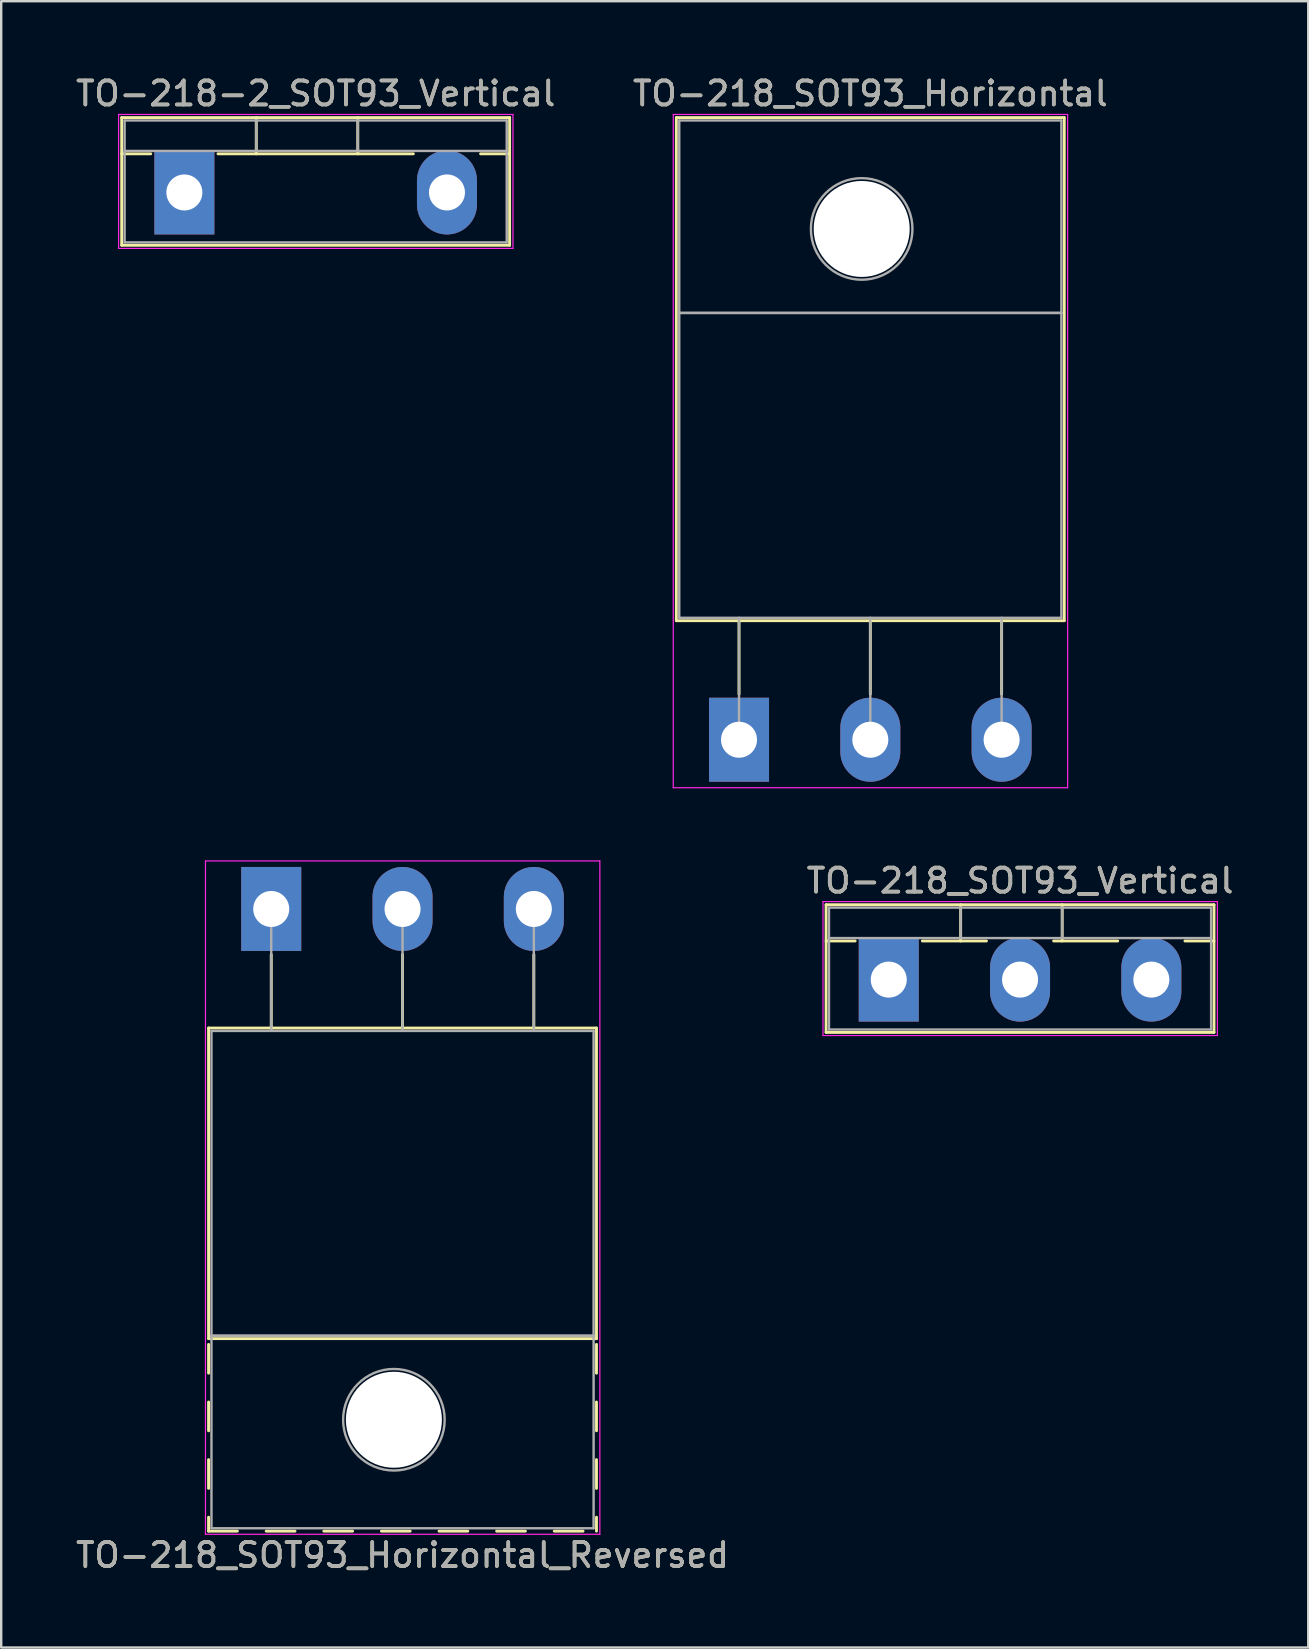
<source format=kicad_pcb>
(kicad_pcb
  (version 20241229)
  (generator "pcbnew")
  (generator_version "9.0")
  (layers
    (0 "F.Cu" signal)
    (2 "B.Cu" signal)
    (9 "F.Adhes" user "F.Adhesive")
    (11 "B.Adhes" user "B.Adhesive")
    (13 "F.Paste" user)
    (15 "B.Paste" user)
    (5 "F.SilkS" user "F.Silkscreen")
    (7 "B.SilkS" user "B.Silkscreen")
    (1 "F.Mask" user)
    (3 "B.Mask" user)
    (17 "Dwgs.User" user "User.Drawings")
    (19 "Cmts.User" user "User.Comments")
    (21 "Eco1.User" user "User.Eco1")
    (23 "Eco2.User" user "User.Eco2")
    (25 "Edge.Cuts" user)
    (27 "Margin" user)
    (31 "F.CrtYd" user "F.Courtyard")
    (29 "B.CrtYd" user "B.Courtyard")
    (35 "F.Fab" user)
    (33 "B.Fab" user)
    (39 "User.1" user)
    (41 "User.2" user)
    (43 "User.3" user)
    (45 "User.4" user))
  (footprint "TO-218_SOT93_Horizontal"
    (layer "F.Cu")
    (at 27.738 27.768)
    (property "Reference" "TO-218_SOT93_Horizontal" (at 5.47 -26.92 0) (layer "F.SilkS") (effects (font (size 1 1) (thickness 0.15))))
    (attr through_hole)
    (fp_line (start -2.611 -25.92) (end -2.611 -4.96) (stroke (width 0.12) (type solid)) (layer "F.SilkS"))
    (fp_line (start -2.611 -25.92) (end 13.55 -25.92) (stroke (width 0.12) (type solid)) (layer "F.SilkS"))
    (fp_line (start -2.611 -4.96) (end 13.55 -4.96) (stroke (width 0.12) (type solid)) (layer "F.SilkS"))
    (fp_line (start 0 -4.96) (end 0 -1.9) (stroke (width 0.12) (type solid)) (layer "F.SilkS"))
    (fp_line (start 5.47 -4.96) (end 5.47 -1.9) (stroke (width 0.12) (type solid)) (layer "F.SilkS"))
    (fp_line (start 10.94 -4.96) (end 10.94 -1.9) (stroke (width 0.12) (type solid)) (layer "F.SilkS"))
    (fp_line (start 13.55 -25.92) (end 13.55 -4.96) (stroke (width 0.12) (type solid)) (layer "F.SilkS"))
    (fp_line (start -2.74 -26.05) (end -2.74 2) (stroke (width 0.05) (type solid)) (layer "F.CrtYd"))
    (fp_line (start -2.74 2) (end 13.69 2) (stroke (width 0.05) (type solid)) (layer "F.CrtYd"))
    (fp_line (start 13.69 -26.05) (end -2.74 -26.05) (stroke (width 0.05) (type solid)) (layer "F.CrtYd"))
    (fp_line (start 13.69 2) (end 13.69 -26.05) (stroke (width 0.05) (type solid)) (layer "F.CrtYd"))
    (fp_line (start -2.49 -25.8) (end 13.43 -25.8) (stroke (width 0.1) (type solid)) (layer "F.Fab"))
    (fp_line (start -2.49 -17.78) (end -2.49 -25.8) (stroke (width 0.1) (type solid)) (layer "F.Fab"))
    (fp_line (start -2.49 -17.78) (end 13.43 -17.78) (stroke (width 0.1) (type solid)) (layer "F.Fab"))
    (fp_line (start -2.49 -5.08) (end -2.49 -17.78) (stroke (width 0.1) (type solid)) (layer "F.Fab"))
    (fp_line (start 0 -5.08) (end 0 0) (stroke (width 0.1) (type solid)) (layer "F.Fab"))
    (fp_line (start 5.47 -5.08) (end 5.47 0) (stroke (width 0.1) (type solid)) (layer "F.Fab"))
    (fp_line (start 10.94 -5.08) (end 10.94 0) (stroke (width 0.1) (type solid)) (layer "F.Fab"))
    (fp_line (start 13.43 -25.8) (end 13.43 -17.78) (stroke (width 0.1) (type solid)) (layer "F.Fab"))
    (fp_line (start 13.43 -17.78) (end -2.49 -17.78) (stroke (width 0.1) (type solid)) (layer "F.Fab"))
    (fp_line (start 13.43 -17.78) (end 13.43 -5.08) (stroke (width 0.1) (type solid)) (layer "F.Fab"))
    (fp_line (start 13.43 -5.08) (end -2.49 -5.08) (stroke (width 0.1) (type solid)) (layer "F.Fab"))
    (fp_circle (center 5.11 -21.28) (end 7.225 -21.28) (stroke (width 0.1) (type solid)) (fill no) (layer "F.Fab"))
    (fp_text user "${REFERENCE}" (at 5.47 -26.92 0) (layer "F.Fab") (effects (font (size 1 1) (thickness 0.15))))
    (pad "" np_thru_hole oval (at 5.11 -21.28) (size 4 4) (drill 4) (layers "*.Cu" "*.Mask"))
    (pad "1" thru_hole rect (at 0 0) (size 2.5 3.5) (drill 1.5) (layers "*.Cu" "*.Mask"))
    (pad "2" thru_hole oval (at 5.47 0) (size 2.5 3.5) (drill 1.5) (layers "*.Cu" "*.Mask"))
    (pad "3" thru_hole oval (at 10.94 0) (size 2.5 3.5) (drill 1.5) (layers "*.Cu" "*.Mask")))
  (footprint "TO-218_SOT93_Horizontal_Reversed"
    (layer "F.Cu")
    (at 8.25 34.818)
    (property "Reference" "TO-218_SOT93_Horizontal_Reversed" (at 5.47 26.92 0) (layer "F.SilkS") (effects (font (size 1 1) (thickness 0.15))))
    (attr through_hole)
    (fp_line (start -2.611 4.96) (end -2.611 17.9) (stroke (width 0.12) (type solid)) (layer "F.SilkS"))
    (fp_line (start -2.611 4.96) (end 13.55 4.96) (stroke (width 0.12) (type solid)) (layer "F.SilkS"))
    (fp_line (start -2.611 17.9) (end 13.55 17.9) (stroke (width 0.12) (type solid)) (layer "F.SilkS"))
    (fp_line (start -2.611 18.14) (end -2.611 19.34) (stroke (width 0.12) (type solid)) (layer "F.SilkS"))
    (fp_line (start -2.611 20.54) (end -2.611 21.74) (stroke (width 0.12) (type solid)) (layer "F.SilkS"))
    (fp_line (start -2.611 22.94) (end -2.611 24.14) (stroke (width 0.12) (type solid)) (layer "F.SilkS"))
    (fp_line (start -2.611 25.34) (end -2.611 25.92) (stroke (width 0.12) (type solid)) (layer "F.SilkS"))
    (fp_line (start -2.611 25.92) (end -1.411 25.92) (stroke (width 0.12) (type solid)) (layer "F.SilkS"))
    (fp_line (start -0.211 25.92) (end 0.99 25.92) (stroke (width 0.12) (type solid)) (layer "F.SilkS"))
    (fp_line (start 0 1.9) (end 0 4.96) (stroke (width 0.12) (type solid)) (layer "F.SilkS"))
    (fp_line (start 2.19 25.92) (end 3.39 25.92) (stroke (width 0.12) (type solid)) (layer "F.SilkS"))
    (fp_line (start 4.59 25.92) (end 5.79 25.92) (stroke (width 0.12) (type solid)) (layer "F.SilkS"))
    (fp_line (start 5.47 1.9) (end 5.47 4.96) (stroke (width 0.12) (type solid)) (layer "F.SilkS"))
    (fp_line (start 6.99 25.92) (end 8.19 25.92) (stroke (width 0.12) (type solid)) (layer "F.SilkS"))
    (fp_line (start 9.39 25.92) (end 10.59 25.92) (stroke (width 0.12) (type solid)) (layer "F.SilkS"))
    (fp_line (start 10.94 1.9) (end 10.94 4.96) (stroke (width 0.12) (type solid)) (layer "F.SilkS"))
    (fp_line (start 11.79 25.92) (end 12.99 25.92) (stroke (width 0.12) (type solid)) (layer "F.SilkS"))
    (fp_line (start 13.55 4.96) (end 13.55 17.9) (stroke (width 0.12) (type solid)) (layer "F.SilkS"))
    (fp_line (start 13.55 18.14) (end 13.55 19.34) (stroke (width 0.12) (type solid)) (layer "F.SilkS"))
    (fp_line (start 13.55 20.54) (end 13.55 21.74) (stroke (width 0.12) (type solid)) (layer "F.SilkS"))
    (fp_line (start 13.55 22.94) (end 13.55 24.14) (stroke (width 0.12) (type solid)) (layer "F.SilkS"))
    (fp_line (start 13.55 25.34) (end 13.55 25.92) (stroke (width 0.12) (type solid)) (layer "F.SilkS"))
    (fp_line (start -2.74 -2) (end -2.74 26.05) (stroke (width 0.05) (type solid)) (layer "F.CrtYd"))
    (fp_line (start -2.74 26.05) (end 13.69 26.05) (stroke (width 0.05) (type solid)) (layer "F.CrtYd"))
    (fp_line (start 13.69 -2) (end -2.74 -2) (stroke (width 0.05) (type solid)) (layer "F.CrtYd"))
    (fp_line (start 13.69 26.05) (end 13.69 -2) (stroke (width 0.05) (type solid)) (layer "F.CrtYd"))
    (fp_line (start -2.49 5.08) (end -2.49 17.78) (stroke (width 0.1) (type solid)) (layer "F.Fab"))
    (fp_line (start -2.49 17.78) (end -2.49 25.8) (stroke (width 0.1) (type solid)) (layer "F.Fab"))
    (fp_line (start -2.49 17.78) (end 13.43 17.78) (stroke (width 0.1) (type solid)) (layer "F.Fab"))
    (fp_line (start -2.49 25.8) (end 13.43 25.8) (stroke (width 0.1) (type solid)) (layer "F.Fab"))
    (fp_line (start 0 5.08) (end 0 0) (stroke (width 0.1) (type solid)) (layer "F.Fab"))
    (fp_line (start 5.47 5.08) (end 5.47 0) (stroke (width 0.1) (type solid)) (layer "F.Fab"))
    (fp_line (start 10.94 5.08) (end 10.94 0) (stroke (width 0.1) (type solid)) (layer "F.Fab"))
    (fp_line (start 13.43 5.08) (end -2.49 5.08) (stroke (width 0.1) (type solid)) (layer "F.Fab"))
    (fp_line (start 13.43 17.78) (end -2.49 17.78) (stroke (width 0.1) (type solid)) (layer "F.Fab"))
    (fp_line (start 13.43 17.78) (end 13.43 5.08) (stroke (width 0.1) (type solid)) (layer "F.Fab"))
    (fp_line (start 13.43 25.8) (end 13.43 17.78) (stroke (width 0.1) (type solid)) (layer "F.Fab"))
    (fp_circle (center 5.11 21.28) (end 7.225 21.28) (stroke (width 0.1) (type solid)) (fill no) (layer "F.Fab"))
    (fp_text user "${REFERENCE}" (at 5.47 26.92 0) (layer "F.Fab") (effects (font (size 1 1) (thickness 0.15))))
    (pad "" np_thru_hole oval (at 5.11 21.28) (size 4 4) (drill 4) (layers "*.Cu" "*.Mask"))
    (pad "1" thru_hole rect (at 0 0) (size 2.5 3.5) (drill 1.5) (layers "*.Cu" "*.Mask"))
    (pad "2" thru_hole oval (at 5.47 0) (size 2.5 3.5) (drill 1.5) (layers "*.Cu" "*.Mask"))
    (pad "3" thru_hole oval (at 10.94 0) (size 2.5 3.5) (drill 1.5) (layers "*.Cu" "*.Mask")))
  (footprint "TO-218_SOT93_Vertical"
    (layer "F.Cu")
    (at 33.976 37.761)
    (property "Reference" "TO-218_SOT93_Vertical" (at 5.47 -4.12 0) (layer "F.SilkS") (effects (font (size 1 1) (thickness 0.15))))
    (attr through_hole)
    (fp_line (start -2.611 -3.12) (end -2.611 2.2) (stroke (width 0.12) (type solid)) (layer "F.SilkS"))
    (fp_line (start -2.611 -3.12) (end 13.55 -3.12) (stroke (width 0.12) (type solid)) (layer "F.SilkS"))
    (fp_line (start -2.611 -1.61) (end -1.4 -1.61) (stroke (width 0.12) (type solid)) (layer "F.SilkS"))
    (fp_line (start -2.611 2.2) (end 13.55 2.2) (stroke (width 0.12) (type solid)) (layer "F.SilkS"))
    (fp_line (start 1.4 -1.61) (end 4.07 -1.61) (stroke (width 0.12) (type solid)) (layer "F.SilkS"))
    (fp_line (start 2.995 -3.12) (end 2.995 -1.61) (stroke (width 0.12) (type solid)) (layer "F.SilkS"))
    (fp_line (start 6.87 -1.61) (end 9.54 -1.61) (stroke (width 0.12) (type solid)) (layer "F.SilkS"))
    (fp_line (start 7.225 -3.12) (end 7.225 -1.61) (stroke (width 0.12) (type solid)) (layer "F.SilkS"))
    (fp_line (start 12.34 -1.61) (end 13.55 -1.61) (stroke (width 0.12) (type solid)) (layer "F.SilkS"))
    (fp_line (start 13.55 -3.12) (end 13.55 2.2) (stroke (width 0.12) (type solid)) (layer "F.SilkS"))
    (fp_line (start -2.74 -3.25) (end -2.74 2.33) (stroke (width 0.05) (type solid)) (layer "F.CrtYd"))
    (fp_line (start -2.74 2.33) (end 13.69 2.33) (stroke (width 0.05) (type solid)) (layer "F.CrtYd"))
    (fp_line (start 13.69 -3.25) (end -2.74 -3.25) (stroke (width 0.05) (type solid)) (layer "F.CrtYd"))
    (fp_line (start 13.69 2.33) (end 13.69 -3.25) (stroke (width 0.05) (type solid)) (layer "F.CrtYd"))
    (fp_line (start -2.49 -3) (end -2.49 2.08) (stroke (width 0.1) (type solid)) (layer "F.Fab"))
    (fp_line (start -2.49 -1.73) (end 13.43 -1.73) (stroke (width 0.1) (type solid)) (layer "F.Fab"))
    (fp_line (start -2.49 2.08) (end 13.43 2.08) (stroke (width 0.1) (type solid)) (layer "F.Fab"))
    (fp_line (start 2.995 -3) (end 2.995 -1.73) (stroke (width 0.1) (type solid)) (layer "F.Fab"))
    (fp_line (start 7.225 -3) (end 7.225 -1.73) (stroke (width 0.1) (type solid)) (layer "F.Fab"))
    (fp_line (start 13.43 -3) (end -2.49 -3) (stroke (width 0.1) (type solid)) (layer "F.Fab"))
    (fp_line (start 13.43 2.08) (end 13.43 -3) (stroke (width 0.1) (type solid)) (layer "F.Fab"))
    (fp_text user "${REFERENCE}" (at 5.47 -4.12 0) (layer "F.Fab") (effects (font (size 1 1) (thickness 0.15))))
    (pad "1" thru_hole rect (at 0 0) (size 2.5 3.5) (drill 1.5) (layers "*.Cu" "*.Mask"))
    (pad "2" thru_hole oval (at 5.47 0) (size 2.5 3.5) (drill 1.5) (layers "*.Cu" "*.Mask"))
    (pad "3" thru_hole oval (at 10.94 0) (size 2.5 3.5) (drill 1.5) (layers "*.Cu" "*.Mask")))
  (footprint "TO-218-2_SOT93_Vertical"
    (layer "F.Cu")
    (at 4.631 4.968)
    (property "Reference" "TO-218-2_SOT93_Vertical" (at 5.47 -4.12 0) (layer "F.SilkS") (effects (font (size 1 1) (thickness 0.15))))
    (attr through_hole)
    (fp_line (start -2.611 -3.12) (end -2.611 2.2) (stroke (width 0.12) (type solid)) (layer "F.SilkS"))
    (fp_line (start -2.611 -3.12) (end 13.55 -3.12) (stroke (width 0.12) (type solid)) (layer "F.SilkS"))
    (fp_line (start -2.611 -1.61) (end -1.4 -1.61) (stroke (width 0.12) (type solid)) (layer "F.SilkS"))
    (fp_line (start -2.611 2.2) (end 13.55 2.2) (stroke (width 0.12) (type solid)) (layer "F.SilkS"))
    (fp_line (start 1.4 -1.61) (end 9.54 -1.61) (stroke (width 0.12) (type solid)) (layer "F.SilkS"))
    (fp_line (start 2.995 -3.12) (end 2.995 -1.61) (stroke (width 0.12) (type solid)) (layer "F.SilkS"))
    (fp_line (start 7.225 -3.12) (end 7.225 -1.61) (stroke (width 0.12) (type solid)) (layer "F.SilkS"))
    (fp_line (start 12.34 -1.61) (end 13.55 -1.61) (stroke (width 0.12) (type solid)) (layer "F.SilkS"))
    (fp_line (start 13.55 -3.12) (end 13.55 2.2) (stroke (width 0.12) (type solid)) (layer "F.SilkS"))
    (fp_line (start -2.74 -3.25) (end -2.74 2.33) (stroke (width 0.05) (type solid)) (layer "F.CrtYd"))
    (fp_line (start -2.74 2.33) (end 13.69 2.33) (stroke (width 0.05) (type solid)) (layer "F.CrtYd"))
    (fp_line (start 13.69 -3.25) (end -2.74 -3.25) (stroke (width 0.05) (type solid)) (layer "F.CrtYd"))
    (fp_line (start 13.69 2.33) (end 13.69 -3.25) (stroke (width 0.05) (type solid)) (layer "F.CrtYd"))
    (fp_line (start -2.49 -3) (end -2.49 2.08) (stroke (width 0.1) (type solid)) (layer "F.Fab"))
    (fp_line (start -2.49 -1.73) (end 13.43 -1.73) (stroke (width 0.1) (type solid)) (layer "F.Fab"))
    (fp_line (start -2.49 2.08) (end 13.43 2.08) (stroke (width 0.1) (type solid)) (layer "F.Fab"))
    (fp_line (start 2.995 -3) (end 2.995 -1.73) (stroke (width 0.1) (type solid)) (layer "F.Fab"))
    (fp_line (start 7.225 -3) (end 7.225 -1.73) (stroke (width 0.1) (type solid)) (layer "F.Fab"))
    (fp_line (start 13.43 -3) (end -2.49 -3) (stroke (width 0.1) (type solid)) (layer "F.Fab"))
    (fp_line (start 13.43 2.08) (end 13.43 -3) (stroke (width 0.1) (type solid)) (layer "F.Fab"))
    (fp_text user "${REFERENCE}" (at 5.47 -4.12 0) (layer "F.Fab") (effects (font (size 1 1) (thickness 0.15))))
    (pad "1" thru_hole rect (at 0 0) (size 2.5 3.5) (drill 1.5) (layers "*.Cu" "*.Mask"))
    (pad "2" thru_hole oval (at 10.94 0) (size 2.5 3.5) (drill 1.5) (layers "*.Cu" "*.Mask")))
  (gr_rect
    (start -3 -3)
    (end 51.452 65.587)
    (stroke (width 0.1) (type default))
    (fill no)
    (layer "Edge.Cuts")))
</source>
